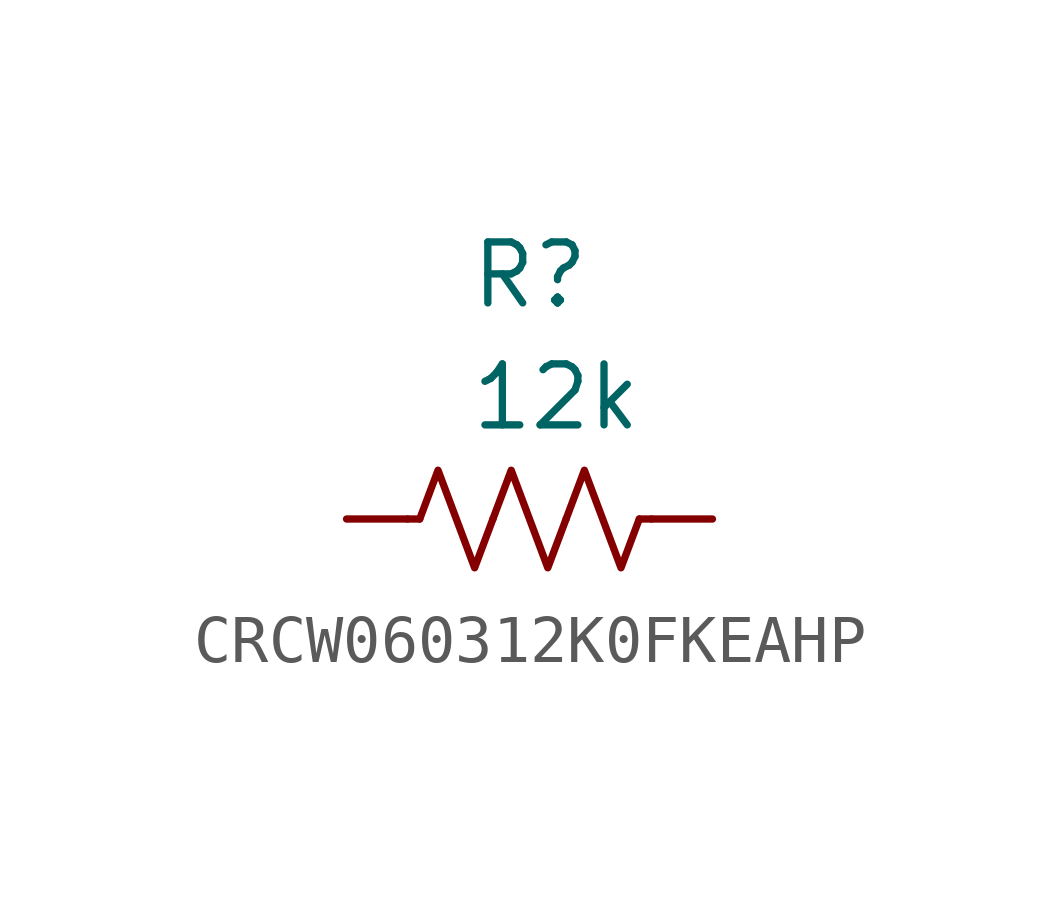
<source format=kicad_sym>
(kicad_symbol_lib
  (version 20220914)
  (generator kicad_symbol_editor)
  (symbol "CRCW060312K0FKEAHP"
    (pin_numbers hide)
    (pin_names
      (offset 1.016) hide)
    (property "Reference" "R"
      (at 5.08 5.08 0)
      (effects (font (size 1.27 1.27)) (justify left)))
    (property "Value" "12k"
      (at 5.08 2.54 0)
      (effects (font (size 1.27 1.27)) (justify left)))
    (symbol "CRCW060312K0FKEAHP_0_1"
      (polyline (pts (xy 4.064 0) (xy 3.81 0)) (stroke (width 0) (type default)) (fill (type none)))
      (polyline (pts (xy 8.636 0) (xy 8.89 0)) (stroke (width 0) (type default)) (fill (type none)))
      (polyline (pts (xy 4.064 0) (xy 4.445 1.016) (xy 4.826 0) (xy 5.207 -1.016) (xy 5.588 0)) (stroke (width 0) (type default)) (fill (type none)))
      (polyline (pts (xy 5.588 0) (xy 5.969 1.016) (xy 6.35 0) (xy 6.731 -1.016) (xy 7.112 0)) (stroke (width 0) (type default)) (fill (type none)))
      (polyline (pts (xy 7.112 0) (xy 7.493 1.016) (xy 7.874 0) (xy 8.255 -1.016) (xy 8.636 0)) (stroke (width 0) (type default)) (fill (type none))))
    (symbol "CRCW060312K0FKEAHP_1_1"
      (pin passive line (at 2.54 0 0) (length 1.27) (name "" (effects (font (size 1.27 1.27)))) (number "1" (effects (font (size 1.27 1.27)))))
      (pin passive line (at 10.16 0 180) (length 1.27) (name "" (effects (font (size 1.27 1.27)))) (number "2" (effects (font (size 1.27 1.27))))))))
</source>
